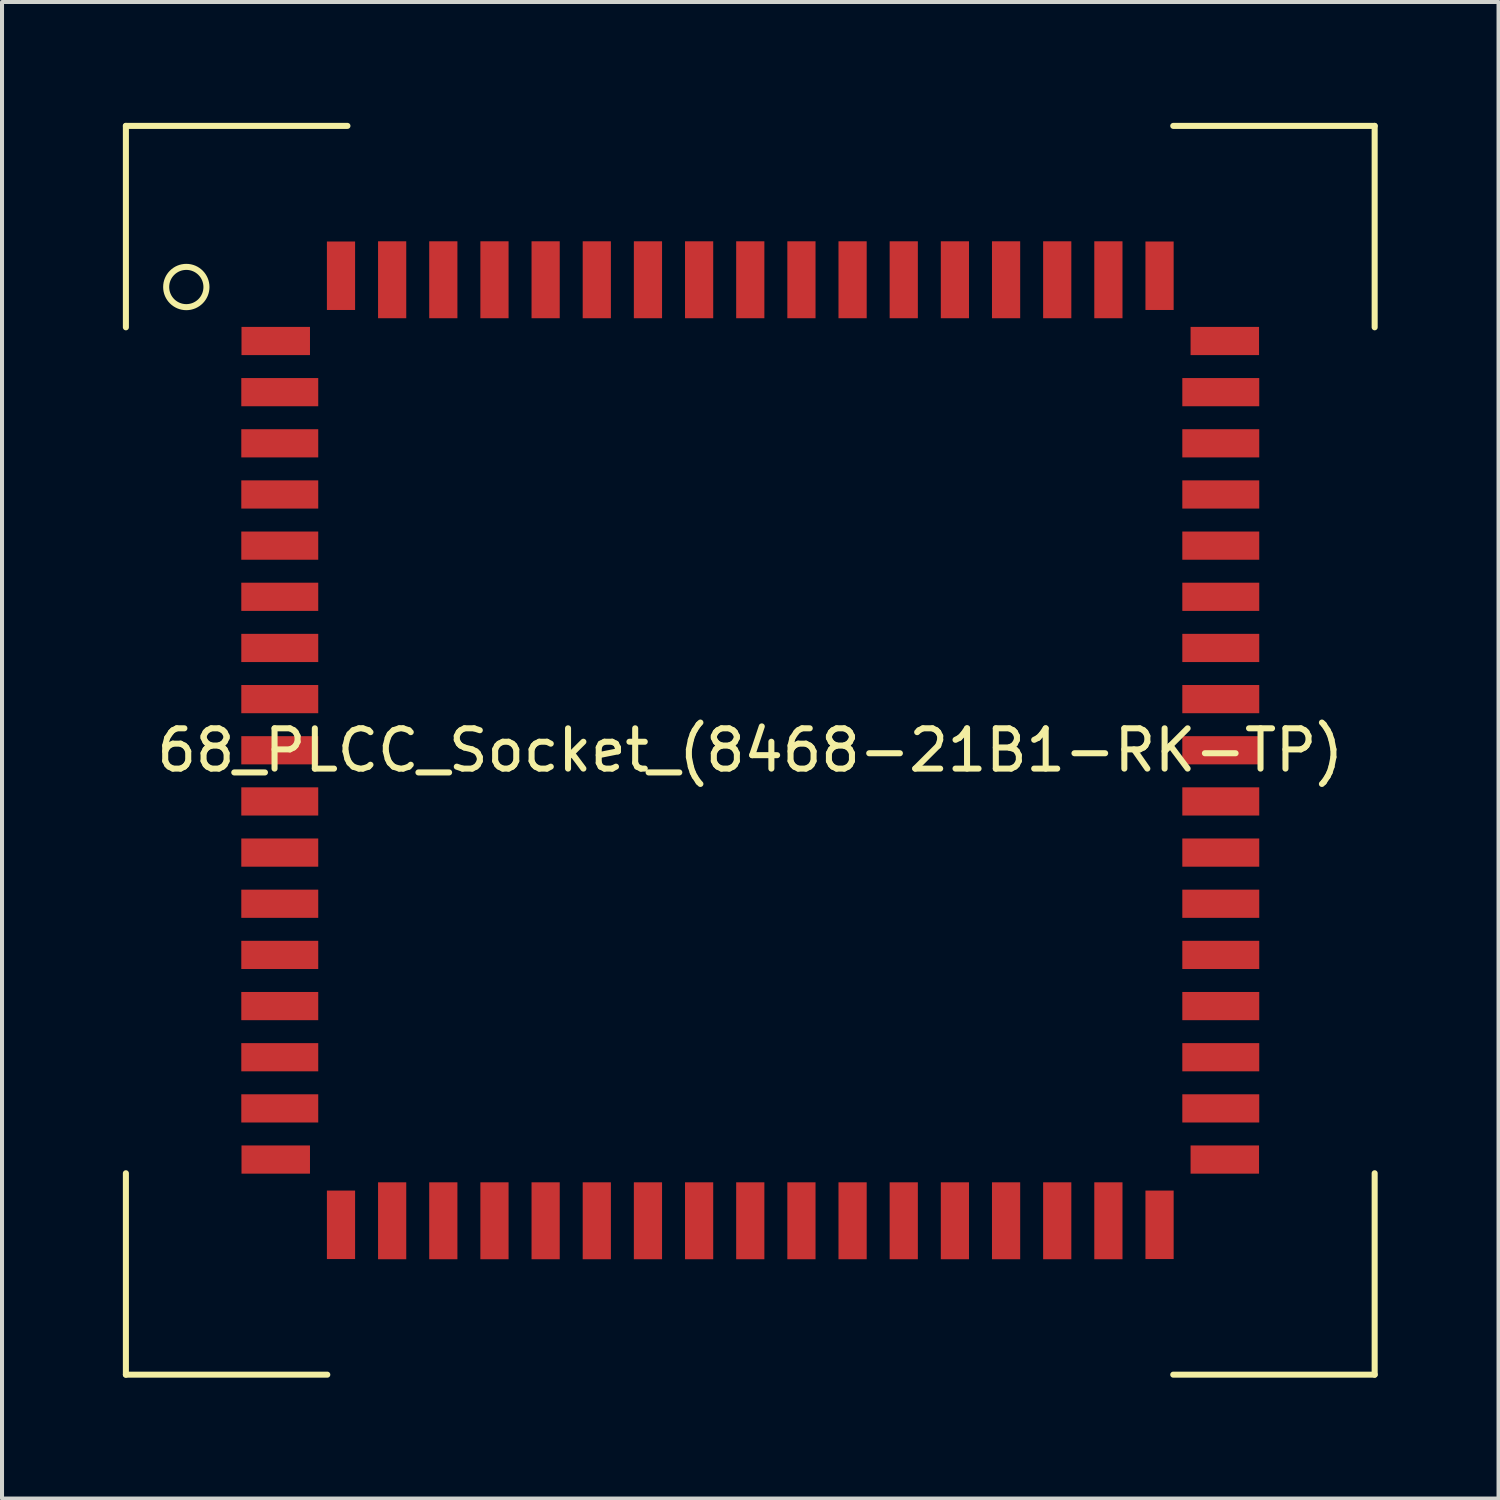
<source format=kicad_pcb>
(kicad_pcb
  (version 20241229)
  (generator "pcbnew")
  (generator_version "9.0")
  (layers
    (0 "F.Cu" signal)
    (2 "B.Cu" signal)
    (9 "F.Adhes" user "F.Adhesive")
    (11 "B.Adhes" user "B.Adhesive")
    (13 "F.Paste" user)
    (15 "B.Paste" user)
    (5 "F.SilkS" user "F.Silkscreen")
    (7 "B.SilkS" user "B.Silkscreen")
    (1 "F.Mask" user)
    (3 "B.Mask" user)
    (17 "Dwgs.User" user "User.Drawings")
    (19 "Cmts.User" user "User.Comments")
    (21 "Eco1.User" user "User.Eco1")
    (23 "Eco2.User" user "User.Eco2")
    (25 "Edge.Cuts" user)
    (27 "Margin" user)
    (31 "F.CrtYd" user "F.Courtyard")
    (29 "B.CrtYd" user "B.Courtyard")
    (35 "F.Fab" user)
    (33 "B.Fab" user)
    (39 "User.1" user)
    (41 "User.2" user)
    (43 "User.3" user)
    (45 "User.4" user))
  (footprint "68_PLCC_Socket_(8468-21B1-RK-TP)"
    (layer "F.Cu")
    (at 15.575 15.575)
    (property "Reference" "68_PLCC_Socket_(8468-21B1-RK-TP)" (at 0 0 0) (layer "F.SilkS") (effects (font (size 1 1) (thickness 0.15))))
    (attr through_hole)
    (fp_line (start -15.5 -15.5) (end -15.5 -10.5) (stroke (width 0.15) (type solid)) (layer "F.SilkS"))
    (fp_line (start -15.5 -15.5) (end -10 -15.5) (stroke (width 0.15) (type solid)) (layer "F.SilkS"))
    (fp_line (start -15.5 15.5) (end -15.5 10.5) (stroke (width 0.15) (type solid)) (layer "F.SilkS"))
    (fp_line (start -15.5 15.5) (end -10.5 15.5) (stroke (width 0.15) (type solid)) (layer "F.SilkS"))
    (fp_line (start 15.5 -15.5) (end 10.5 -15.5) (stroke (width 0.15) (type solid)) (layer "F.SilkS"))
    (fp_line (start 15.5 -15.5) (end 15.5 -10.5) (stroke (width 0.15) (type solid)) (layer "F.SilkS"))
    (fp_line (start 15.5 15.5) (end 10.5 15.5) (stroke (width 0.15) (type solid)) (layer "F.SilkS"))
    (fp_line (start 15.5 15.5) (end 15.5 10.5) (stroke (width 0.15) (type solid)) (layer "F.SilkS"))
    (fp_circle (center -14 -11.5) (end -13.5 -11.5) (stroke (width 0.15) (type solid)) (fill no) (layer "F.SilkS"))
    (pad "1" smd rect (at -11.68 -1.27) (size 1.91 0.7) (layers "F.Cu" "F.Mask" "F.Paste"))
    (pad "2" smd rect (at -11.68 -2.54) (size 1.91 0.7) (layers "F.Cu" "F.Mask" "F.Paste"))
    (pad "3" smd rect (at -11.68 -3.81) (size 1.91 0.7) (layers "F.Cu" "F.Mask" "F.Paste"))
    (pad "4" smd rect (at -11.68 -5.08) (size 1.91 0.7) (layers "F.Cu" "F.Mask" "F.Paste"))
    (pad "5" smd rect (at -11.68 -6.35) (size 1.91 0.7) (layers "F.Cu" "F.Mask" "F.Paste"))
    (pad "6" smd rect (at -11.68 -7.62) (size 1.91 0.7) (layers "F.Cu" "F.Mask" "F.Paste"))
    (pad "7" smd rect (at -11.68 -8.89) (size 1.91 0.7) (layers "F.Cu" "F.Mask" "F.Paste"))
    (pad "8" smd rect (at -11.78 -10.16) (size 1.7 0.7) (layers "F.Cu" "F.Mask" "F.Paste"))
    (pad "9" smd rect (at -10.16 -11.78) (size 0.7 1.7) (layers "F.Cu" "F.Mask" "F.Paste"))
    (pad "10" smd rect (at -8.89 -11.68) (size 0.7 1.91) (layers "F.Cu" "F.Mask" "F.Paste"))
    (pad "11" smd rect (at -7.62 -11.68) (size 0.7 1.91) (layers "F.Cu" "F.Mask" "F.Paste"))
    (pad "12" smd rect (at -6.35 -11.68) (size 0.7 1.91) (layers "F.Cu" "F.Mask" "F.Paste"))
    (pad "13" smd rect (at -5.08 -11.68) (size 0.7 1.91) (layers "F.Cu" "F.Mask" "F.Paste"))
    (pad "14" smd rect (at -3.81 -11.68) (size 0.7 1.91) (layers "F.Cu" "F.Mask" "F.Paste"))
    (pad "15" smd rect (at -2.54 -11.68) (size 0.7 1.91) (layers "F.Cu" "F.Mask" "F.Paste"))
    (pad "16" smd rect (at -1.27 -11.68) (size 0.7 1.91) (layers "F.Cu" "F.Mask" "F.Paste"))
    (pad "17" smd rect (at 0 -11.68) (size 0.7 1.91) (layers "F.Cu" "F.Mask" "F.Paste"))
    (pad "18" smd rect (at 1.27 -11.68) (size 0.7 1.91) (layers "F.Cu" "F.Mask" "F.Paste"))
    (pad "19" smd rect (at 2.54 -11.68) (size 0.7 1.91) (layers "F.Cu" "F.Mask" "F.Paste"))
    (pad "20" smd rect (at 3.81 -11.68) (size 0.7 1.91) (layers "F.Cu" "F.Mask" "F.Paste"))
    (pad "21" smd rect (at 5.08 -11.68) (size 0.7 1.91) (layers "F.Cu" "F.Mask" "F.Paste"))
    (pad "22" smd rect (at 6.35 -11.68) (size 0.7 1.91) (layers "F.Cu" "F.Mask" "F.Paste"))
    (pad "23" smd rect (at 7.62 -11.68) (size 0.7 1.91) (layers "F.Cu" "F.Mask" "F.Paste"))
    (pad "24" smd rect (at 8.89 -11.68) (size 0.7 1.91) (layers "F.Cu" "F.Mask" "F.Paste"))
    (pad "25" smd rect (at 10.16 -11.78) (size 0.7 1.7) (layers "F.Cu" "F.Mask" "F.Paste"))
    (pad "26" smd rect (at 11.78 -10.16) (size 1.7 0.7) (layers "F.Cu" "F.Mask" "F.Paste"))
    (pad "27" smd rect (at 11.68 -8.89) (size 1.91 0.7) (layers "F.Cu" "F.Mask" "F.Paste"))
    (pad "28" smd rect (at 11.68 -7.62) (size 1.91 0.7) (layers "F.Cu" "F.Mask" "F.Paste"))
    (pad "29" smd rect (at 11.68 -6.35) (size 1.91 0.7) (layers "F.Cu" "F.Mask" "F.Paste"))
    (pad "30" smd rect (at 11.68 -5.08) (size 1.91 0.7) (layers "F.Cu" "F.Mask" "F.Paste"))
    (pad "31" smd rect (at 11.68 -3.81) (size 1.91 0.7) (layers "F.Cu" "F.Mask" "F.Paste"))
    (pad "32" smd rect (at 11.68 -2.54) (size 1.91 0.7) (layers "F.Cu" "F.Mask" "F.Paste"))
    (pad "33" smd rect (at 11.68 -1.27) (size 1.91 0.7) (layers "F.Cu" "F.Mask" "F.Paste"))
    (pad "34" smd rect (at 11.68 0) (size 1.91 0.7) (layers "F.Cu" "F.Mask" "F.Paste"))
    (pad "35" smd rect (at 11.68 1.27) (size 1.91 0.7) (layers "F.Cu" "F.Mask" "F.Paste"))
    (pad "36" smd rect (at 11.68 2.54) (size 1.91 0.7) (layers "F.Cu" "F.Mask" "F.Paste"))
    (pad "37" smd rect (at 11.68 3.81) (size 1.91 0.7) (layers "F.Cu" "F.Mask" "F.Paste"))
    (pad "38" smd rect (at 11.68 5.08) (size 1.91 0.7) (layers "F.Cu" "F.Mask" "F.Paste"))
    (pad "39" smd rect (at 11.68 6.35) (size 1.91 0.7) (layers "F.Cu" "F.Mask" "F.Paste"))
    (pad "40" smd rect (at 11.68 7.62) (size 1.91 0.7) (layers "F.Cu" "F.Mask" "F.Paste"))
    (pad "41" smd rect (at 11.68 8.89) (size 1.91 0.7) (layers "F.Cu" "F.Mask" "F.Paste"))
    (pad "42" smd rect (at 10.16 11.78) (size 0.7 1.7) (layers "F.Cu" "F.Mask" "F.Paste"))
    (pad "43" smd rect (at 8.89 11.68) (size 0.7 1.91) (layers "F.Cu" "F.Mask" "F.Paste"))
    (pad "44" smd rect (at 7.62 11.68) (size 0.7 1.91) (layers "F.Cu" "F.Mask" "F.Paste"))
    (pad "45" smd rect (at 6.35 11.68) (size 0.7 1.91) (layers "F.Cu" "F.Mask" "F.Paste"))
    (pad "46" smd rect (at 5.08 11.68) (size 0.7 1.91) (layers "F.Cu" "F.Mask" "F.Paste"))
    (pad "47" smd rect (at 3.81 11.68) (size 0.7 1.91) (layers "F.Cu" "F.Mask" "F.Paste"))
    (pad "48" smd rect (at 2.54 11.68) (size 0.7 1.91) (layers "F.Cu" "F.Mask" "F.Paste"))
    (pad "49" smd rect (at 1.27 11.68) (size 0.7 1.91) (layers "F.Cu" "F.Mask" "F.Paste"))
    (pad "50" smd rect (at 0 11.68) (size 0.7 1.91) (layers "F.Cu" "F.Mask" "F.Paste"))
    (pad "51" smd rect (at -1.27 11.68) (size 0.7 1.91) (layers "F.Cu" "F.Mask" "F.Paste"))
    (pad "52" smd rect (at -2.54 11.68) (size 0.7 1.91) (layers "F.Cu" "F.Mask" "F.Paste"))
    (pad "53" smd rect (at -3.81 11.68) (size 0.7 1.91) (layers "F.Cu" "F.Mask" "F.Paste"))
    (pad "54" smd rect (at -5.08 11.68) (size 0.7 1.91) (layers "F.Cu" "F.Mask" "F.Paste"))
    (pad "55" smd rect (at -6.35 11.68) (size 0.7 1.91) (layers "F.Cu" "F.Mask" "F.Paste"))
    (pad "56" smd rect (at -7.62 11.68) (size 0.7 1.91) (layers "F.Cu" "F.Mask" "F.Paste"))
    (pad "57" smd rect (at -8.89 11.68) (size 0.7 1.91) (layers "F.Cu" "F.Mask" "F.Paste"))
    (pad "58" smd rect (at -10.16 11.78) (size 0.7 1.7) (layers "F.Cu" "F.Mask" "F.Paste"))
    (pad "59" smd rect (at -11.68 8.89) (size 1.91 0.7) (layers "F.Cu" "F.Mask" "F.Paste"))
    (pad "60" smd rect (at -11.68 7.62) (size 1.91 0.7) (layers "F.Cu" "F.Mask" "F.Paste"))
    (pad "61" smd rect (at -11.68 6.35) (size 1.91 0.7) (layers "F.Cu" "F.Mask" "F.Paste"))
    (pad "62" smd rect (at -11.68 5.08) (size 1.91 0.7) (layers "F.Cu" "F.Mask" "F.Paste"))
    (pad "63" smd rect (at -11.68 3.81) (size 1.91 0.7) (layers "F.Cu" "F.Mask" "F.Paste"))
    (pad "64" smd rect (at -11.68 2.54) (size 1.91 0.7) (layers "F.Cu" "F.Mask" "F.Paste"))
    (pad "65" smd rect (at -11.68 1.27) (size 1.91 0.7) (layers "F.Cu" "F.Mask" "F.Paste"))
    (pad "66" smd rect (at -11.68 0) (size 1.91 0.7) (layers "F.Cu" "F.Mask" "F.Paste"))
    (pad "67" smd rect (at -11.78 10.16) (size 1.7 0.7) (layers "F.Cu" "F.Mask" "F.Paste"))
    (pad "68" smd rect (at 11.78 10.16) (size 1.7 0.7) (layers "F.Cu" "F.Mask" "F.Paste")))
  (gr_rect
    (start -3 -3)
    (end 34.15 34.15)
    (stroke (width 0.1) (type default))
    (fill no)
    (layer "Edge.Cuts")))
</source>
